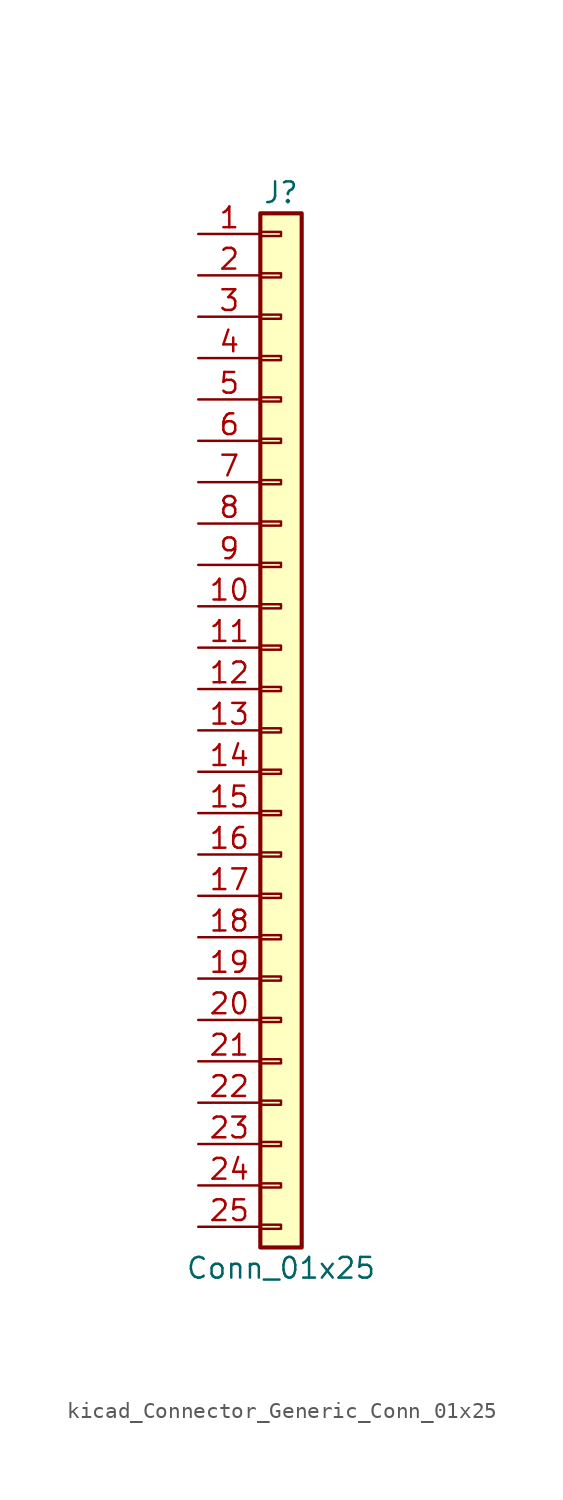
<source format=kicad_sym>
(kicad_symbol_lib
  (version 20220914)
  (generator kicad_symbol_editor)
  (symbol "kicad_Connector_Generic_Conn_01x25"
    (pin_names
      (offset 1.016) hide)
    (property "Reference" "J"
      (at 0 33.02 0)
      (effects (font (size 1.27 1.27))))
    (property "Value" "Conn_01x25"
      (at 0 -33.02 0)
      (effects (font (size 1.27 1.27))))
    (symbol "kicad_Connector_Generic_Conn_01x25_1_1"
      (rectangle (start -1.27 -30.353) (end 0 -30.607) (stroke (width 0.152) (type default)) (fill (type none)))
      (rectangle (start -1.27 -27.813) (end 0 -28.067) (stroke (width 0.152) (type default)) (fill (type none)))
      (rectangle (start -1.27 -25.273) (end 0 -25.527) (stroke (width 0.152) (type default)) (fill (type none)))
      (rectangle (start -1.27 -22.733) (end 0 -22.987) (stroke (width 0.152) (type default)) (fill (type none)))
      (rectangle (start -1.27 -20.193) (end 0 -20.447) (stroke (width 0.152) (type default)) (fill (type none)))
      (rectangle (start -1.27 -17.653) (end 0 -17.907) (stroke (width 0.152) (type default)) (fill (type none)))
      (rectangle (start -1.27 -15.113) (end 0 -15.367) (stroke (width 0.152) (type default)) (fill (type none)))
      (rectangle (start -1.27 -12.573) (end 0 -12.827) (stroke (width 0.152) (type default)) (fill (type none)))
      (rectangle (start -1.27 -10.033) (end 0 -10.287) (stroke (width 0.152) (type default)) (fill (type none)))
      (rectangle (start -1.27 -7.493) (end 0 -7.747) (stroke (width 0.152) (type default)) (fill (type none)))
      (rectangle (start -1.27 -4.953) (end 0 -5.207) (stroke (width 0.152) (type default)) (fill (type none)))
      (rectangle (start -1.27 -2.413) (end 0 -2.667) (stroke (width 0.152) (type default)) (fill (type none)))
      (rectangle (start -1.27 0.127) (end 0 -0.127) (stroke (width 0.152) (type default)) (fill (type none)))
      (rectangle (start -1.27 2.667) (end 0 2.413) (stroke (width 0.152) (type default)) (fill (type none)))
      (rectangle (start -1.27 5.207) (end 0 4.953) (stroke (width 0.152) (type default)) (fill (type none)))
      (rectangle (start -1.27 7.747) (end 0 7.493) (stroke (width 0.152) (type default)) (fill (type none)))
      (rectangle (start -1.27 10.287) (end 0 10.033) (stroke (width 0.152) (type default)) (fill (type none)))
      (rectangle (start -1.27 12.827) (end 0 12.573) (stroke (width 0.152) (type default)) (fill (type none)))
      (rectangle (start -1.27 15.367) (end 0 15.113) (stroke (width 0.152) (type default)) (fill (type none)))
      (rectangle (start -1.27 17.907) (end 0 17.653) (stroke (width 0.152) (type default)) (fill (type none)))
      (rectangle (start -1.27 20.447) (end 0 20.193) (stroke (width 0.152) (type default)) (fill (type none)))
      (rectangle (start -1.27 22.987) (end 0 22.733) (stroke (width 0.152) (type default)) (fill (type none)))
      (rectangle (start -1.27 25.527) (end 0 25.273) (stroke (width 0.152) (type default)) (fill (type none)))
      (rectangle (start -1.27 28.067) (end 0 27.813) (stroke (width 0.152) (type default)) (fill (type none)))
      (rectangle (start -1.27 30.607) (end 0 30.353) (stroke (width 0.152) (type default)) (fill (type none)))
      (rectangle (start -1.27 31.75) (end 1.27 -31.75) (stroke (width 0.254) (type default)) (fill (type background)))
      (pin passive line (at -5.08 30.48 0) (length 3.81) (name "Pin_1" (effects (font (size 1.27 1.27)))) (number "1" (effects (font (size 1.27 1.27)))))
      (pin passive line (at -5.08 7.62 0) (length 3.81) (name "Pin_10" (effects (font (size 1.27 1.27)))) (number "10" (effects (font (size 1.27 1.27)))))
      (pin passive line (at -5.08 5.08 0) (length 3.81) (name "Pin_11" (effects (font (size 1.27 1.27)))) (number "11" (effects (font (size 1.27 1.27)))))
      (pin passive line (at -5.08 2.54 0) (length 3.81) (name "Pin_12" (effects (font (size 1.27 1.27)))) (number "12" (effects (font (size 1.27 1.27)))))
      (pin passive line (at -5.08 0 0) (length 3.81) (name "Pin_13" (effects (font (size 1.27 1.27)))) (number "13" (effects (font (size 1.27 1.27)))))
      (pin passive line (at -5.08 -2.54 0) (length 3.81) (name "Pin_14" (effects (font (size 1.27 1.27)))) (number "14" (effects (font (size 1.27 1.27)))))
      (pin passive line (at -5.08 -5.08 0) (length 3.81) (name "Pin_15" (effects (font (size 1.27 1.27)))) (number "15" (effects (font (size 1.27 1.27)))))
      (pin passive line (at -5.08 -7.62 0) (length 3.81) (name "Pin_16" (effects (font (size 1.27 1.27)))) (number "16" (effects (font (size 1.27 1.27)))))
      (pin passive line (at -5.08 -10.16 0) (length 3.81) (name "Pin_17" (effects (font (size 1.27 1.27)))) (number "17" (effects (font (size 1.27 1.27)))))
      (pin passive line (at -5.08 -12.7 0) (length 3.81) (name "Pin_18" (effects (font (size 1.27 1.27)))) (number "18" (effects (font (size 1.27 1.27)))))
      (pin passive line (at -5.08 -15.24 0) (length 3.81) (name "Pin_19" (effects (font (size 1.27 1.27)))) (number "19" (effects (font (size 1.27 1.27)))))
      (pin passive line (at -5.08 27.94 0) (length 3.81) (name "Pin_2" (effects (font (size 1.27 1.27)))) (number "2" (effects (font (size 1.27 1.27)))))
      (pin passive line (at -5.08 -17.78 0) (length 3.81) (name "Pin_20" (effects (font (size 1.27 1.27)))) (number "20" (effects (font (size 1.27 1.27)))))
      (pin passive line (at -5.08 -20.32 0) (length 3.81) (name "Pin_21" (effects (font (size 1.27 1.27)))) (number "21" (effects (font (size 1.27 1.27)))))
      (pin passive line (at -5.08 -22.86 0) (length 3.81) (name "Pin_22" (effects (font (size 1.27 1.27)))) (number "22" (effects (font (size 1.27 1.27)))))
      (pin passive line (at -5.08 -25.4 0) (length 3.81) (name "Pin_23" (effects (font (size 1.27 1.27)))) (number "23" (effects (font (size 1.27 1.27)))))
      (pin passive line (at -5.08 -27.94 0) (length 3.81) (name "Pin_24" (effects (font (size 1.27 1.27)))) (number "24" (effects (font (size 1.27 1.27)))))
      (pin passive line (at -5.08 -30.48 0) (length 3.81) (name "Pin_25" (effects (font (size 1.27 1.27)))) (number "25" (effects (font (size 1.27 1.27)))))
      (pin passive line (at -5.08 25.4 0) (length 3.81) (name "Pin_3" (effects (font (size 1.27 1.27)))) (number "3" (effects (font (size 1.27 1.27)))))
      (pin passive line (at -5.08 22.86 0) (length 3.81) (name "Pin_4" (effects (font (size 1.27 1.27)))) (number "4" (effects (font (size 1.27 1.27)))))
      (pin passive line (at -5.08 20.32 0) (length 3.81) (name "Pin_5" (effects (font (size 1.27 1.27)))) (number "5" (effects (font (size 1.27 1.27)))))
      (pin passive line (at -5.08 17.78 0) (length 3.81) (name "Pin_6" (effects (font (size 1.27 1.27)))) (number "6" (effects (font (size 1.27 1.27)))))
      (pin passive line (at -5.08 15.24 0) (length 3.81) (name "Pin_7" (effects (font (size 1.27 1.27)))) (number "7" (effects (font (size 1.27 1.27)))))
      (pin passive line (at -5.08 12.7 0) (length 3.81) (name "Pin_8" (effects (font (size 1.27 1.27)))) (number "8" (effects (font (size 1.27 1.27)))))
      (pin passive line (at -5.08 10.16 0) (length 3.81) (name "Pin_9" (effects (font (size 1.27 1.27)))) (number "9" (effects (font (size 1.27 1.27))))))))
</source>
